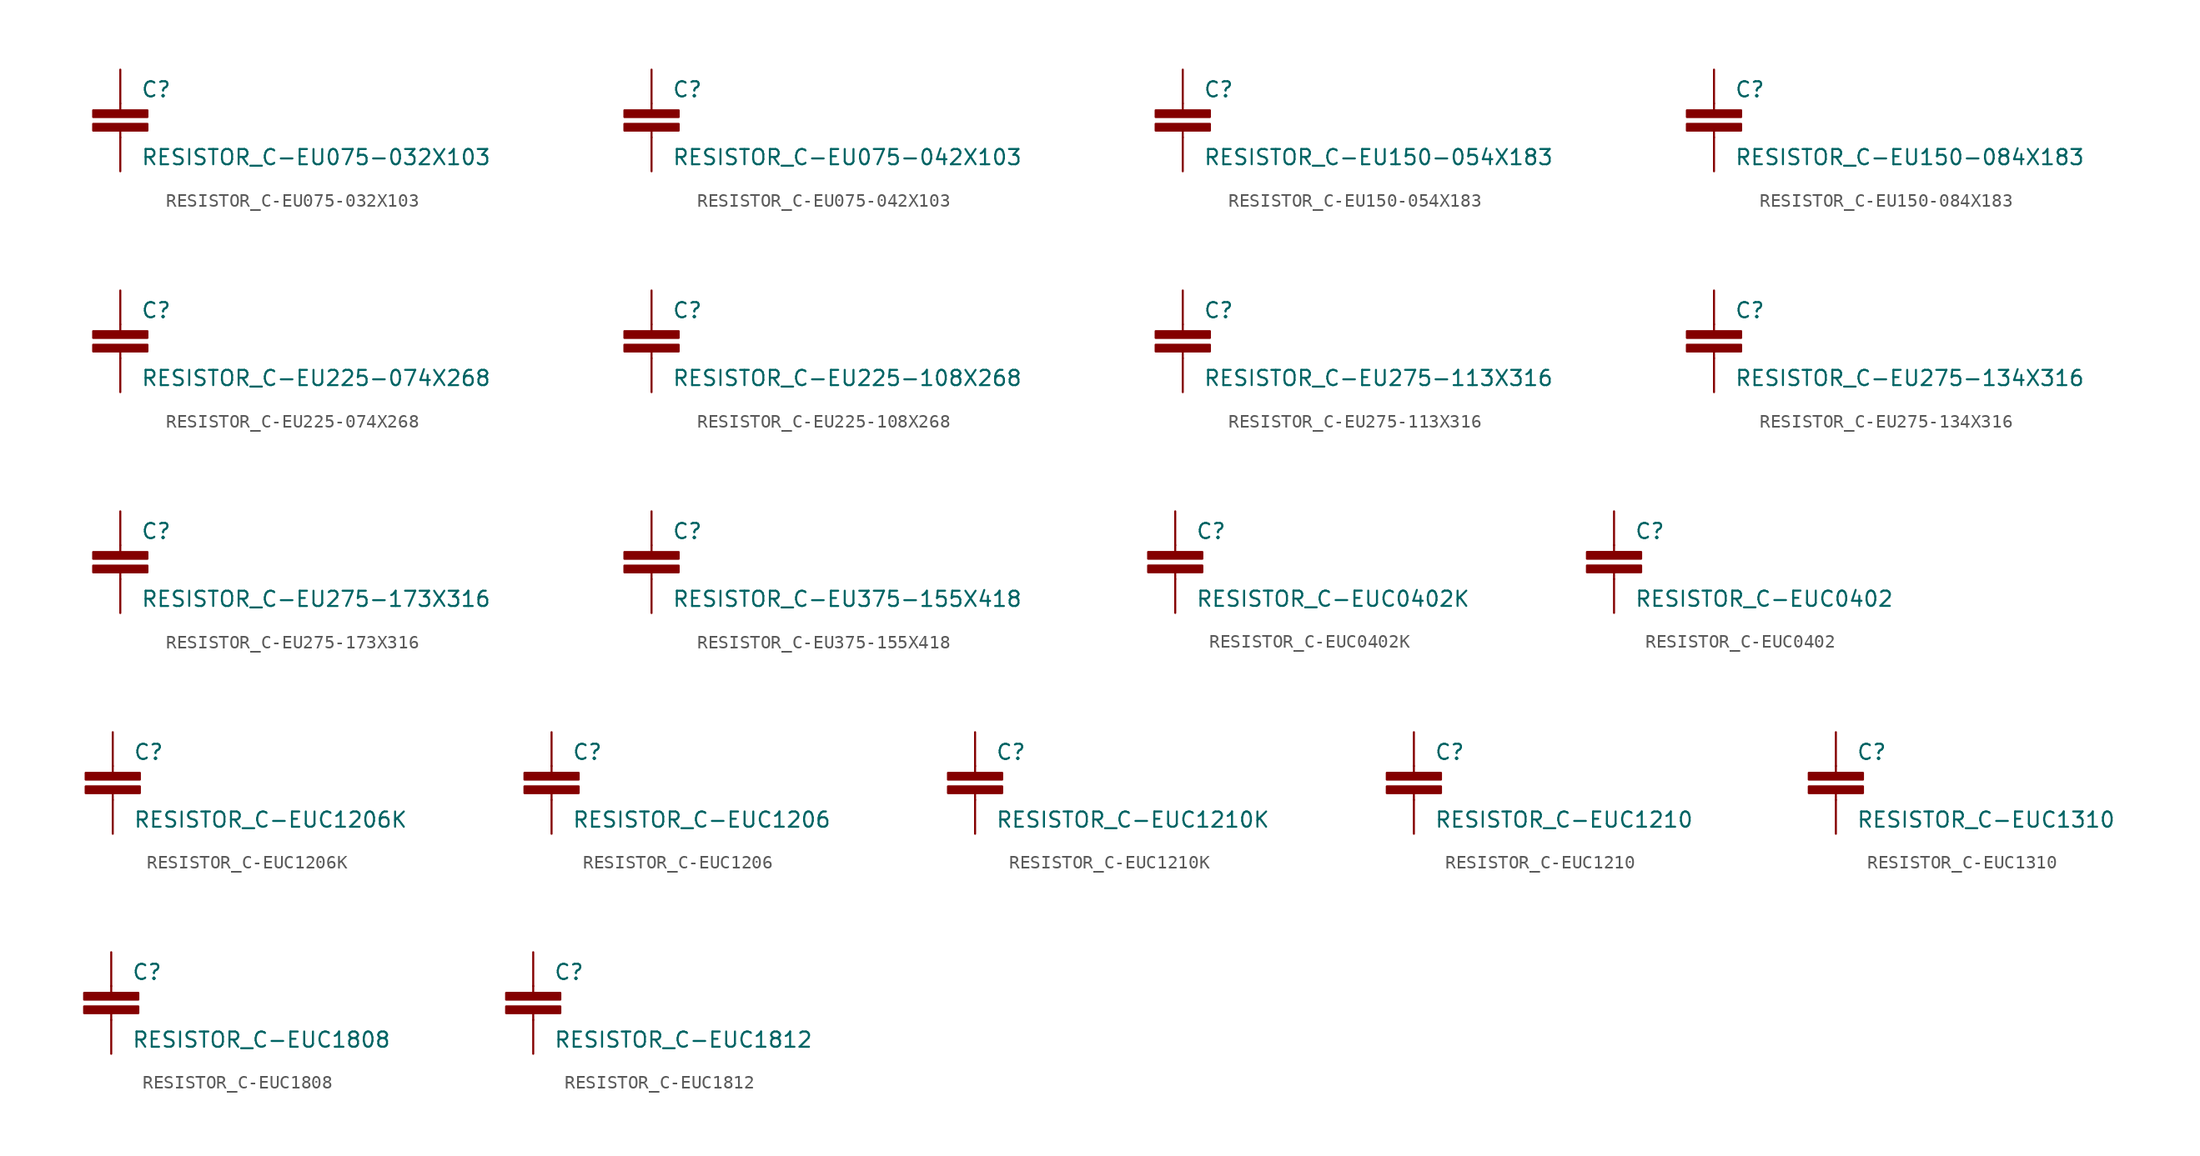
<source format=kicad_sym>
(kicad_symbol_lib
  (version 20210619)
  (generator kicad_symbol_editor)
  (symbol "RESISTOR_C-EU075-032X103"
    (pin_numbers hide)
    (pin_names
      (offset 1.016) hide)
    (property "Reference" "C"
      (at 1.524 0.381 0)
      (effects (font (size 1.143 1.143)) (justify left bottom)))
    (property "Value" "RESISTOR_C-EU075-032X103"
      (at 1.524 -4.699 0)
      (effects (font (size 1.143 1.143)) (justify left bottom)))
    (property "ki_locked" ""
      (at 0 0 0)
      (effects (font (size 1.27 1.27))))
    (symbol "RESISTOR_C-EU075-032X103_1_0"
      (polyline (pts (xy 0 -2.54) (xy 0 -2.032)) (stroke (width 0)) (fill (type none)))
      (polyline (pts (xy 0 0) (xy 0 -0.508)) (stroke (width 0)) (fill (type none))))
    (symbol "RESISTOR_C-EU075-032X103_1_1"
      (rectangle (start -2.032 -2.032) (end 2.032 -1.524) (stroke (width 0)) (fill (type outline)))
      (rectangle (start -2.032 -1.016) (end 2.032 -0.508) (stroke (width 0)) (fill (type outline)))
      (pin passive line (at 0 2.54 270) (length 2.54) (name "1" (effects (font (size 1.016 1.016)))) (number "1" (effects (font (size 1.016 1.016)))))
      (pin passive line (at 0 -5.08 90) (length 2.54) (name "2" (effects (font (size 1.016 1.016)))) (number "2" (effects (font (size 1.016 1.016)))))))
  (symbol "RESISTOR_C-EU075-042X103"
    (pin_numbers hide)
    (pin_names
      (offset 1.016) hide)
    (property "Reference" "C"
      (at 1.524 0.381 0)
      (effects (font (size 1.143 1.143)) (justify left bottom)))
    (property "Value" "RESISTOR_C-EU075-042X103"
      (at 1.524 -4.699 0)
      (effects (font (size 1.143 1.143)) (justify left bottom)))
    (property "ki_locked" ""
      (at 0 0 0)
      (effects (font (size 1.27 1.27))))
    (symbol "RESISTOR_C-EU075-042X103_1_0"
      (polyline (pts (xy 0 -2.54) (xy 0 -2.032)) (stroke (width 0)) (fill (type none)))
      (polyline (pts (xy 0 0) (xy 0 -0.508)) (stroke (width 0)) (fill (type none))))
    (symbol "RESISTOR_C-EU075-042X103_1_1"
      (rectangle (start -2.032 -2.032) (end 2.032 -1.524) (stroke (width 0)) (fill (type outline)))
      (rectangle (start -2.032 -1.016) (end 2.032 -0.508) (stroke (width 0)) (fill (type outline)))
      (pin passive line (at 0 2.54 270) (length 2.54) (name "1" (effects (font (size 1.016 1.016)))) (number "1" (effects (font (size 1.016 1.016)))))
      (pin passive line (at 0 -5.08 90) (length 2.54) (name "2" (effects (font (size 1.016 1.016)))) (number "2" (effects (font (size 1.016 1.016)))))))
  (symbol "RESISTOR_C-EU150-054X183"
    (pin_numbers hide)
    (pin_names
      (offset 1.016) hide)
    (property "Reference" "C"
      (at 1.524 0.381 0)
      (effects (font (size 1.143 1.143)) (justify left bottom)))
    (property "Value" "RESISTOR_C-EU150-054X183"
      (at 1.524 -4.699 0)
      (effects (font (size 1.143 1.143)) (justify left bottom)))
    (property "ki_locked" ""
      (at 0 0 0)
      (effects (font (size 1.27 1.27))))
    (symbol "RESISTOR_C-EU150-054X183_1_0"
      (polyline (pts (xy 0 -2.54) (xy 0 -2.032)) (stroke (width 0)) (fill (type none)))
      (polyline (pts (xy 0 0) (xy 0 -0.508)) (stroke (width 0)) (fill (type none))))
    (symbol "RESISTOR_C-EU150-054X183_1_1"
      (rectangle (start -2.032 -2.032) (end 2.032 -1.524) (stroke (width 0)) (fill (type outline)))
      (rectangle (start -2.032 -1.016) (end 2.032 -0.508) (stroke (width 0)) (fill (type outline)))
      (pin passive line (at 0 2.54 270) (length 2.54) (name "1" (effects (font (size 1.016 1.016)))) (number "1" (effects (font (size 1.016 1.016)))))
      (pin passive line (at 0 -5.08 90) (length 2.54) (name "2" (effects (font (size 1.016 1.016)))) (number "2" (effects (font (size 1.016 1.016)))))))
  (symbol "RESISTOR_C-EU150-084X183"
    (pin_numbers hide)
    (pin_names
      (offset 1.016) hide)
    (property "Reference" "C"
      (at 1.524 0.381 0)
      (effects (font (size 1.143 1.143)) (justify left bottom)))
    (property "Value" "RESISTOR_C-EU150-084X183"
      (at 1.524 -4.699 0)
      (effects (font (size 1.143 1.143)) (justify left bottom)))
    (property "ki_locked" ""
      (at 0 0 0)
      (effects (font (size 1.27 1.27))))
    (symbol "RESISTOR_C-EU150-084X183_1_0"
      (polyline (pts (xy 0 -2.54) (xy 0 -2.032)) (stroke (width 0)) (fill (type none)))
      (polyline (pts (xy 0 0) (xy 0 -0.508)) (stroke (width 0)) (fill (type none))))
    (symbol "RESISTOR_C-EU150-084X183_1_1"
      (rectangle (start -2.032 -2.032) (end 2.032 -1.524) (stroke (width 0)) (fill (type outline)))
      (rectangle (start -2.032 -1.016) (end 2.032 -0.508) (stroke (width 0)) (fill (type outline)))
      (pin passive line (at 0 2.54 270) (length 2.54) (name "1" (effects (font (size 1.016 1.016)))) (number "1" (effects (font (size 1.016 1.016)))))
      (pin passive line (at 0 -5.08 90) (length 2.54) (name "2" (effects (font (size 1.016 1.016)))) (number "2" (effects (font (size 1.016 1.016)))))))
  (symbol "RESISTOR_C-EU225-074X268"
    (pin_numbers hide)
    (pin_names
      (offset 1.016) hide)
    (property "Reference" "C"
      (at 1.524 0.381 0)
      (effects (font (size 1.143 1.143)) (justify left bottom)))
    (property "Value" "RESISTOR_C-EU225-074X268"
      (at 1.524 -4.699 0)
      (effects (font (size 1.143 1.143)) (justify left bottom)))
    (property "ki_locked" ""
      (at 0 0 0)
      (effects (font (size 1.27 1.27))))
    (symbol "RESISTOR_C-EU225-074X268_1_0"
      (polyline (pts (xy 0 -2.54) (xy 0 -2.032)) (stroke (width 0)) (fill (type none)))
      (polyline (pts (xy 0 0) (xy 0 -0.508)) (stroke (width 0)) (fill (type none))))
    (symbol "RESISTOR_C-EU225-074X268_1_1"
      (rectangle (start -2.032 -2.032) (end 2.032 -1.524) (stroke (width 0)) (fill (type outline)))
      (rectangle (start -2.032 -1.016) (end 2.032 -0.508) (stroke (width 0)) (fill (type outline)))
      (pin passive line (at 0 2.54 270) (length 2.54) (name "1" (effects (font (size 1.016 1.016)))) (number "1" (effects (font (size 1.016 1.016)))))
      (pin passive line (at 0 -5.08 90) (length 2.54) (name "2" (effects (font (size 1.016 1.016)))) (number "2" (effects (font (size 1.016 1.016)))))))
  (symbol "RESISTOR_C-EU225-108X268"
    (pin_numbers hide)
    (pin_names
      (offset 1.016) hide)
    (property "Reference" "C"
      (at 1.524 0.381 0)
      (effects (font (size 1.143 1.143)) (justify left bottom)))
    (property "Value" "RESISTOR_C-EU225-108X268"
      (at 1.524 -4.699 0)
      (effects (font (size 1.143 1.143)) (justify left bottom)))
    (property "ki_locked" ""
      (at 0 0 0)
      (effects (font (size 1.27 1.27))))
    (symbol "RESISTOR_C-EU225-108X268_1_0"
      (polyline (pts (xy 0 -2.54) (xy 0 -2.032)) (stroke (width 0)) (fill (type none)))
      (polyline (pts (xy 0 0) (xy 0 -0.508)) (stroke (width 0)) (fill (type none))))
    (symbol "RESISTOR_C-EU225-108X268_1_1"
      (rectangle (start -2.032 -2.032) (end 2.032 -1.524) (stroke (width 0)) (fill (type outline)))
      (rectangle (start -2.032 -1.016) (end 2.032 -0.508) (stroke (width 0)) (fill (type outline)))
      (pin passive line (at 0 2.54 270) (length 2.54) (name "1" (effects (font (size 1.016 1.016)))) (number "1" (effects (font (size 1.016 1.016)))))
      (pin passive line (at 0 -5.08 90) (length 2.54) (name "2" (effects (font (size 1.016 1.016)))) (number "2" (effects (font (size 1.016 1.016)))))))
  (symbol "RESISTOR_C-EU275-113X316"
    (pin_numbers hide)
    (pin_names
      (offset 1.016) hide)
    (property "Reference" "C"
      (at 1.524 0.381 0)
      (effects (font (size 1.143 1.143)) (justify left bottom)))
    (property "Value" "RESISTOR_C-EU275-113X316"
      (at 1.524 -4.699 0)
      (effects (font (size 1.143 1.143)) (justify left bottom)))
    (property "ki_locked" ""
      (at 0 0 0)
      (effects (font (size 1.27 1.27))))
    (symbol "RESISTOR_C-EU275-113X316_1_0"
      (polyline (pts (xy 0 -2.54) (xy 0 -2.032)) (stroke (width 0)) (fill (type none)))
      (polyline (pts (xy 0 0) (xy 0 -0.508)) (stroke (width 0)) (fill (type none))))
    (symbol "RESISTOR_C-EU275-113X316_1_1"
      (rectangle (start -2.032 -2.032) (end 2.032 -1.524) (stroke (width 0)) (fill (type outline)))
      (rectangle (start -2.032 -1.016) (end 2.032 -0.508) (stroke (width 0)) (fill (type outline)))
      (pin passive line (at 0 2.54 270) (length 2.54) (name "1" (effects (font (size 1.016 1.016)))) (number "1" (effects (font (size 1.016 1.016)))))
      (pin passive line (at 0 -5.08 90) (length 2.54) (name "2" (effects (font (size 1.016 1.016)))) (number "2" (effects (font (size 1.016 1.016)))))))
  (symbol "RESISTOR_C-EU275-134X316"
    (pin_numbers hide)
    (pin_names
      (offset 1.016) hide)
    (property "Reference" "C"
      (at 1.524 0.381 0)
      (effects (font (size 1.143 1.143)) (justify left bottom)))
    (property "Value" "RESISTOR_C-EU275-134X316"
      (at 1.524 -4.699 0)
      (effects (font (size 1.143 1.143)) (justify left bottom)))
    (property "ki_locked" ""
      (at 0 0 0)
      (effects (font (size 1.27 1.27))))
    (symbol "RESISTOR_C-EU275-134X316_1_0"
      (polyline (pts (xy 0 -2.54) (xy 0 -2.032)) (stroke (width 0)) (fill (type none)))
      (polyline (pts (xy 0 0) (xy 0 -0.508)) (stroke (width 0)) (fill (type none))))
    (symbol "RESISTOR_C-EU275-134X316_1_1"
      (rectangle (start -2.032 -2.032) (end 2.032 -1.524) (stroke (width 0)) (fill (type outline)))
      (rectangle (start -2.032 -1.016) (end 2.032 -0.508) (stroke (width 0)) (fill (type outline)))
      (pin passive line (at 0 2.54 270) (length 2.54) (name "1" (effects (font (size 1.016 1.016)))) (number "1" (effects (font (size 1.016 1.016)))))
      (pin passive line (at 0 -5.08 90) (length 2.54) (name "2" (effects (font (size 1.016 1.016)))) (number "2" (effects (font (size 1.016 1.016)))))))
  (symbol "RESISTOR_C-EU275-173X316"
    (pin_numbers hide)
    (pin_names
      (offset 1.016) hide)
    (property "Reference" "C"
      (at 1.524 0.381 0)
      (effects (font (size 1.143 1.143)) (justify left bottom)))
    (property "Value" "RESISTOR_C-EU275-173X316"
      (at 1.524 -4.699 0)
      (effects (font (size 1.143 1.143)) (justify left bottom)))
    (property "ki_locked" ""
      (at 0 0 0)
      (effects (font (size 1.27 1.27))))
    (symbol "RESISTOR_C-EU275-173X316_1_0"
      (polyline (pts (xy 0 -2.54) (xy 0 -2.032)) (stroke (width 0)) (fill (type none)))
      (polyline (pts (xy 0 0) (xy 0 -0.508)) (stroke (width 0)) (fill (type none))))
    (symbol "RESISTOR_C-EU275-173X316_1_1"
      (rectangle (start -2.032 -2.032) (end 2.032 -1.524) (stroke (width 0)) (fill (type outline)))
      (rectangle (start -2.032 -1.016) (end 2.032 -0.508) (stroke (width 0)) (fill (type outline)))
      (pin passive line (at 0 2.54 270) (length 2.54) (name "1" (effects (font (size 1.016 1.016)))) (number "1" (effects (font (size 1.016 1.016)))))
      (pin passive line (at 0 -5.08 90) (length 2.54) (name "2" (effects (font (size 1.016 1.016)))) (number "2" (effects (font (size 1.016 1.016)))))))
  (symbol "RESISTOR_C-EU375-155X418"
    (pin_numbers hide)
    (pin_names
      (offset 1.016) hide)
    (property "Reference" "C"
      (at 1.524 0.381 0)
      (effects (font (size 1.143 1.143)) (justify left bottom)))
    (property "Value" "RESISTOR_C-EU375-155X418"
      (at 1.524 -4.699 0)
      (effects (font (size 1.143 1.143)) (justify left bottom)))
    (property "ki_locked" ""
      (at 0 0 0)
      (effects (font (size 1.27 1.27))))
    (symbol "RESISTOR_C-EU375-155X418_1_0"
      (polyline (pts (xy 0 -2.54) (xy 0 -2.032)) (stroke (width 0)) (fill (type none)))
      (polyline (pts (xy 0 0) (xy 0 -0.508)) (stroke (width 0)) (fill (type none))))
    (symbol "RESISTOR_C-EU375-155X418_1_1"
      (rectangle (start -2.032 -2.032) (end 2.032 -1.524) (stroke (width 0)) (fill (type outline)))
      (rectangle (start -2.032 -1.016) (end 2.032 -0.508) (stroke (width 0)) (fill (type outline)))
      (pin passive line (at 0 2.54 270) (length 2.54) (name "1" (effects (font (size 1.016 1.016)))) (number "1" (effects (font (size 1.016 1.016)))))
      (pin passive line (at 0 -5.08 90) (length 2.54) (name "2" (effects (font (size 1.016 1.016)))) (number "2" (effects (font (size 1.016 1.016)))))))
  (symbol "RESISTOR_C-EUC0402K"
    (pin_numbers hide)
    (pin_names
      (offset 1.016) hide)
    (property "Reference" "C"
      (at 1.524 0.381 0)
      (effects (font (size 1.143 1.143)) (justify left bottom)))
    (property "Value" "RESISTOR_C-EUC0402K"
      (at 1.524 -4.699 0)
      (effects (font (size 1.143 1.143)) (justify left bottom)))
    (property "ki_locked" ""
      (at 0 0 0)
      (effects (font (size 1.27 1.27))))
    (symbol "RESISTOR_C-EUC0402K_1_0"
      (polyline (pts (xy 0 -2.54) (xy 0 -2.032)) (stroke (width 0)) (fill (type none)))
      (polyline (pts (xy 0 0) (xy 0 -0.508)) (stroke (width 0)) (fill (type none))))
    (symbol "RESISTOR_C-EUC0402K_1_1"
      (rectangle (start -2.032 -2.032) (end 2.032 -1.524) (stroke (width 0)) (fill (type outline)))
      (rectangle (start -2.032 -1.016) (end 2.032 -0.508) (stroke (width 0)) (fill (type outline)))
      (pin passive line (at 0 2.54 270) (length 2.54) (name "1" (effects (font (size 1.016 1.016)))) (number "1" (effects (font (size 1.016 1.016)))))
      (pin passive line (at 0 -5.08 90) (length 2.54) (name "2" (effects (font (size 1.016 1.016)))) (number "2" (effects (font (size 1.016 1.016)))))))
  (symbol "RESISTOR_C-EUC0402"
    (pin_numbers hide)
    (pin_names
      (offset 1.016) hide)
    (property "Reference" "C"
      (at 1.524 0.381 0)
      (effects (font (size 1.143 1.143)) (justify left bottom)))
    (property "Value" "RESISTOR_C-EUC0402"
      (at 1.524 -4.699 0)
      (effects (font (size 1.143 1.143)) (justify left bottom)))
    (property "ki_locked" ""
      (at 0 0 0)
      (effects (font (size 1.27 1.27))))
    (symbol "RESISTOR_C-EUC0402_1_0"
      (polyline (pts (xy 0 -2.54) (xy 0 -2.032)) (stroke (width 0)) (fill (type none)))
      (polyline (pts (xy 0 0) (xy 0 -0.508)) (stroke (width 0)) (fill (type none))))
    (symbol "RESISTOR_C-EUC0402_1_1"
      (rectangle (start -2.032 -2.032) (end 2.032 -1.524) (stroke (width 0)) (fill (type outline)))
      (rectangle (start -2.032 -1.016) (end 2.032 -0.508) (stroke (width 0)) (fill (type outline)))
      (pin passive line (at 0 2.54 270) (length 2.54) (name "1" (effects (font (size 1.016 1.016)))) (number "1" (effects (font (size 1.016 1.016)))))
      (pin passive line (at 0 -5.08 90) (length 2.54) (name "2" (effects (font (size 1.016 1.016)))) (number "2" (effects (font (size 1.016 1.016)))))))
  (symbol "RESISTOR_C-EUC1206K"
    (pin_numbers hide)
    (pin_names
      (offset 1.016) hide)
    (property "Reference" "C"
      (at 1.524 0.381 0)
      (effects (font (size 1.143 1.143)) (justify left bottom)))
    (property "Value" "RESISTOR_C-EUC1206K"
      (at 1.524 -4.699 0)
      (effects (font (size 1.143 1.143)) (justify left bottom)))
    (property "ki_locked" ""
      (at 0 0 0)
      (effects (font (size 1.27 1.27))))
    (symbol "RESISTOR_C-EUC1206K_1_0"
      (polyline (pts (xy 0 -2.54) (xy 0 -2.032)) (stroke (width 0)) (fill (type none)))
      (polyline (pts (xy 0 0) (xy 0 -0.508)) (stroke (width 0)) (fill (type none))))
    (symbol "RESISTOR_C-EUC1206K_1_1"
      (rectangle (start -2.032 -2.032) (end 2.032 -1.524) (stroke (width 0)) (fill (type outline)))
      (rectangle (start -2.032 -1.016) (end 2.032 -0.508) (stroke (width 0)) (fill (type outline)))
      (pin passive line (at 0 2.54 270) (length 2.54) (name "1" (effects (font (size 1.016 1.016)))) (number "1" (effects (font (size 1.016 1.016)))))
      (pin passive line (at 0 -5.08 90) (length 2.54) (name "2" (effects (font (size 1.016 1.016)))) (number "2" (effects (font (size 1.016 1.016)))))))
  (symbol "RESISTOR_C-EUC1206"
    (pin_numbers hide)
    (pin_names
      (offset 1.016) hide)
    (property "Reference" "C"
      (at 1.524 0.381 0)
      (effects (font (size 1.143 1.143)) (justify left bottom)))
    (property "Value" "RESISTOR_C-EUC1206"
      (at 1.524 -4.699 0)
      (effects (font (size 1.143 1.143)) (justify left bottom)))
    (property "ki_locked" ""
      (at 0 0 0)
      (effects (font (size 1.27 1.27))))
    (symbol "RESISTOR_C-EUC1206_1_0"
      (polyline (pts (xy 0 -2.54) (xy 0 -2.032)) (stroke (width 0)) (fill (type none)))
      (polyline (pts (xy 0 0) (xy 0 -0.508)) (stroke (width 0)) (fill (type none))))
    (symbol "RESISTOR_C-EUC1206_1_1"
      (rectangle (start -2.032 -2.032) (end 2.032 -1.524) (stroke (width 0)) (fill (type outline)))
      (rectangle (start -2.032 -1.016) (end 2.032 -0.508) (stroke (width 0)) (fill (type outline)))
      (pin passive line (at 0 2.54 270) (length 2.54) (name "1" (effects (font (size 1.016 1.016)))) (number "1" (effects (font (size 1.016 1.016)))))
      (pin passive line (at 0 -5.08 90) (length 2.54) (name "2" (effects (font (size 1.016 1.016)))) (number "2" (effects (font (size 1.016 1.016)))))))
  (symbol "RESISTOR_C-EUC1210K"
    (pin_numbers hide)
    (pin_names
      (offset 1.016) hide)
    (property "Reference" "C"
      (at 1.524 0.381 0)
      (effects (font (size 1.143 1.143)) (justify left bottom)))
    (property "Value" "RESISTOR_C-EUC1210K"
      (at 1.524 -4.699 0)
      (effects (font (size 1.143 1.143)) (justify left bottom)))
    (property "ki_locked" ""
      (at 0 0 0)
      (effects (font (size 1.27 1.27))))
    (symbol "RESISTOR_C-EUC1210K_1_0"
      (polyline (pts (xy 0 -2.54) (xy 0 -2.032)) (stroke (width 0)) (fill (type none)))
      (polyline (pts (xy 0 0) (xy 0 -0.508)) (stroke (width 0)) (fill (type none))))
    (symbol "RESISTOR_C-EUC1210K_1_1"
      (rectangle (start -2.032 -2.032) (end 2.032 -1.524) (stroke (width 0)) (fill (type outline)))
      (rectangle (start -2.032 -1.016) (end 2.032 -0.508) (stroke (width 0)) (fill (type outline)))
      (pin passive line (at 0 2.54 270) (length 2.54) (name "1" (effects (font (size 1.016 1.016)))) (number "1" (effects (font (size 1.016 1.016)))))
      (pin passive line (at 0 -5.08 90) (length 2.54) (name "2" (effects (font (size 1.016 1.016)))) (number "2" (effects (font (size 1.016 1.016)))))))
  (symbol "RESISTOR_C-EUC1210"
    (pin_numbers hide)
    (pin_names
      (offset 1.016) hide)
    (property "Reference" "C"
      (at 1.524 0.381 0)
      (effects (font (size 1.143 1.143)) (justify left bottom)))
    (property "Value" "RESISTOR_C-EUC1210"
      (at 1.524 -4.699 0)
      (effects (font (size 1.143 1.143)) (justify left bottom)))
    (property "ki_locked" ""
      (at 0 0 0)
      (effects (font (size 1.27 1.27))))
    (symbol "RESISTOR_C-EUC1210_1_0"
      (polyline (pts (xy 0 -2.54) (xy 0 -2.032)) (stroke (width 0)) (fill (type none)))
      (polyline (pts (xy 0 0) (xy 0 -0.508)) (stroke (width 0)) (fill (type none))))
    (symbol "RESISTOR_C-EUC1210_1_1"
      (rectangle (start -2.032 -2.032) (end 2.032 -1.524) (stroke (width 0)) (fill (type outline)))
      (rectangle (start -2.032 -1.016) (end 2.032 -0.508) (stroke (width 0)) (fill (type outline)))
      (pin passive line (at 0 2.54 270) (length 2.54) (name "1" (effects (font (size 1.016 1.016)))) (number "1" (effects (font (size 1.016 1.016)))))
      (pin passive line (at 0 -5.08 90) (length 2.54) (name "2" (effects (font (size 1.016 1.016)))) (number "2" (effects (font (size 1.016 1.016)))))))
  (symbol "RESISTOR_C-EUC1310"
    (pin_numbers hide)
    (pin_names
      (offset 1.016) hide)
    (property "Reference" "C"
      (at 1.524 0.381 0)
      (effects (font (size 1.143 1.143)) (justify left bottom)))
    (property "Value" "RESISTOR_C-EUC1310"
      (at 1.524 -4.699 0)
      (effects (font (size 1.143 1.143)) (justify left bottom)))
    (property "ki_locked" ""
      (at 0 0 0)
      (effects (font (size 1.27 1.27))))
    (symbol "RESISTOR_C-EUC1310_1_0"
      (polyline (pts (xy 0 -2.54) (xy 0 -2.032)) (stroke (width 0)) (fill (type none)))
      (polyline (pts (xy 0 0) (xy 0 -0.508)) (stroke (width 0)) (fill (type none))))
    (symbol "RESISTOR_C-EUC1310_1_1"
      (rectangle (start -2.032 -2.032) (end 2.032 -1.524) (stroke (width 0)) (fill (type outline)))
      (rectangle (start -2.032 -1.016) (end 2.032 -0.508) (stroke (width 0)) (fill (type outline)))
      (pin passive line (at 0 2.54 270) (length 2.54) (name "1" (effects (font (size 1.016 1.016)))) (number "1" (effects (font (size 1.016 1.016)))))
      (pin passive line (at 0 -5.08 90) (length 2.54) (name "2" (effects (font (size 1.016 1.016)))) (number "2" (effects (font (size 1.016 1.016)))))))
  (symbol "RESISTOR_C-EUC1808"
    (pin_numbers hide)
    (pin_names
      (offset 1.016) hide)
    (property "Reference" "C"
      (at 1.524 0.381 0)
      (effects (font (size 1.143 1.143)) (justify left bottom)))
    (property "Value" "RESISTOR_C-EUC1808"
      (at 1.524 -4.699 0)
      (effects (font (size 1.143 1.143)) (justify left bottom)))
    (property "ki_locked" ""
      (at 0 0 0)
      (effects (font (size 1.27 1.27))))
    (symbol "RESISTOR_C-EUC1808_1_0"
      (polyline (pts (xy 0 -2.54) (xy 0 -2.032)) (stroke (width 0)) (fill (type none)))
      (polyline (pts (xy 0 0) (xy 0 -0.508)) (stroke (width 0)) (fill (type none))))
    (symbol "RESISTOR_C-EUC1808_1_1"
      (rectangle (start -2.032 -2.032) (end 2.032 -1.524) (stroke (width 0)) (fill (type outline)))
      (rectangle (start -2.032 -1.016) (end 2.032 -0.508) (stroke (width 0)) (fill (type outline)))
      (pin passive line (at 0 2.54 270) (length 2.54) (name "1" (effects (font (size 1.016 1.016)))) (number "1" (effects (font (size 1.016 1.016)))))
      (pin passive line (at 0 -5.08 90) (length 2.54) (name "2" (effects (font (size 1.016 1.016)))) (number "2" (effects (font (size 1.016 1.016)))))))
  (symbol "RESISTOR_C-EUC1812"
    (pin_numbers hide)
    (pin_names
      (offset 1.016) hide)
    (property "Reference" "C"
      (at 1.524 0.381 0)
      (effects (font (size 1.143 1.143)) (justify left bottom)))
    (property "Value" "RESISTOR_C-EUC1812"
      (at 1.524 -4.699 0)
      (effects (font (size 1.143 1.143)) (justify left bottom)))
    (property "ki_locked" ""
      (at 0 0 0)
      (effects (font (size 1.27 1.27))))
    (symbol "RESISTOR_C-EUC1812_1_0"
      (polyline (pts (xy 0 -2.54) (xy 0 -2.032)) (stroke (width 0)) (fill (type none)))
      (polyline (pts (xy 0 0) (xy 0 -0.508)) (stroke (width 0)) (fill (type none))))
    (symbol "RESISTOR_C-EUC1812_1_1"
      (rectangle (start -2.032 -2.032) (end 2.032 -1.524) (stroke (width 0)) (fill (type outline)))
      (rectangle (start -2.032 -1.016) (end 2.032 -0.508) (stroke (width 0)) (fill (type outline)))
      (pin passive line (at 0 2.54 270) (length 2.54) (name "1" (effects (font (size 1.016 1.016)))) (number "1" (effects (font (size 1.016 1.016)))))
      (pin passive line (at 0 -5.08 90) (length 2.54) (name "2" (effects (font (size 1.016 1.016)))) (number "2" (effects (font (size 1.016 1.016))))))))
</source>
